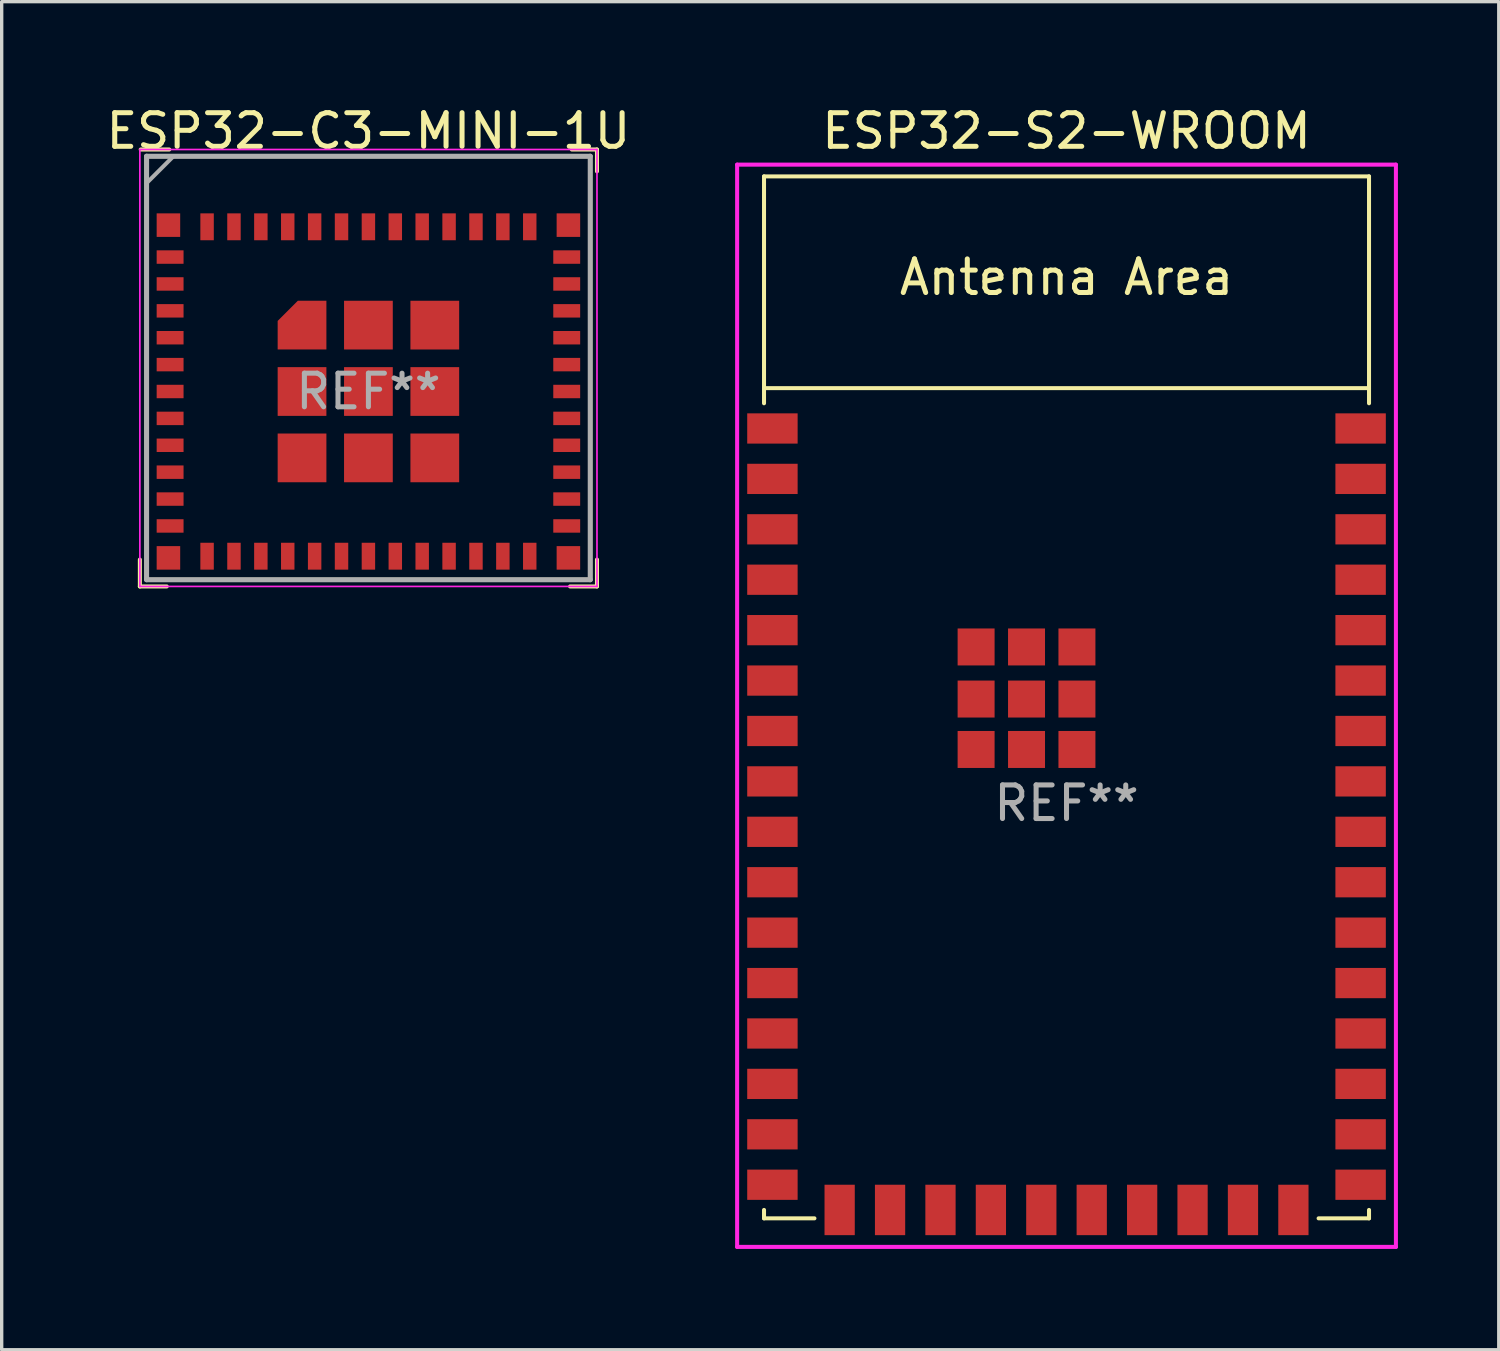
<source format=kicad_pcb>
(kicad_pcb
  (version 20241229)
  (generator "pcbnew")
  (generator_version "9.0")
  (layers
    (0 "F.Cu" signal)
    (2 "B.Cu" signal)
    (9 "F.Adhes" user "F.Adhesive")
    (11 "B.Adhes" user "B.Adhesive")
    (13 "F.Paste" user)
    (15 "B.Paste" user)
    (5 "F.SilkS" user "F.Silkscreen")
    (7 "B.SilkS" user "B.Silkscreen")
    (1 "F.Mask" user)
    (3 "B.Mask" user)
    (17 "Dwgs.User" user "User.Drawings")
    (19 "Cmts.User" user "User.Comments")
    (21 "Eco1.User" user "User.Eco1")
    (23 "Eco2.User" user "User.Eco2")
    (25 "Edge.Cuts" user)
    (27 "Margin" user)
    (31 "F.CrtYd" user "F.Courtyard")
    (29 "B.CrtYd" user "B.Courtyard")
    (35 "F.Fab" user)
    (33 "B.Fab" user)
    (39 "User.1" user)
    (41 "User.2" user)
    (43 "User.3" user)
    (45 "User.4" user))
  (footprint "ESP32-S2-WROOM"
    (layer "F.Cu")
    (at 28.681 20.848)
    (property "Reference" "ESP32-S2-WROOM" (at 0 -20 0) (layer "F.SilkS") (effects (font (size 1 1) (thickness 0.15))))
    (attr smd)
    (fp_line (start -9 -18.65) (end -9 -11.9) (stroke (width 0.12) (type solid)) (layer "F.SilkS"))
    (fp_line (start -9 -18.65) (end 9 -18.65) (stroke (width 0.12) (type solid)) (layer "F.SilkS"))
    (fp_line (start -9 12.1) (end -9 12.35) (stroke (width 0.12) (type solid)) (layer "F.SilkS"))
    (fp_line (start -9 12.35) (end -7.5 12.35) (stroke (width 0.12) (type solid)) (layer "F.SilkS"))
    (fp_line (start 9 -12.35) (end -9 -12.35) (stroke (width 0.12) (type solid)) (layer "F.SilkS"))
    (fp_line (start 9 -11.9) (end 9 -18.65) (stroke (width 0.12) (type solid)) (layer "F.SilkS"))
    (fp_line (start 9 12.1) (end 9 12.35) (stroke (width 0.12) (type solid)) (layer "F.SilkS"))
    (fp_line (start 9 12.35) (end 7.5 12.35) (stroke (width 0.12) (type solid)) (layer "F.SilkS"))
    (fp_line (start -9 -18.65) (end 9 -18.65) (stroke (width 0.12) (type solid)) (layer "Eco2.User"))
    (fp_line (start -9 -12.35) (end 9 -12.35) (stroke (width 0.12) (type solid)) (layer "Eco2.User"))
    (fp_line (start -9 12.35) (end -9 -18.65) (stroke (width 0.12) (type solid)) (layer "Eco2.User"))
    (fp_line (start 9 -18.65) (end 9 12.35) (stroke (width 0.12) (type solid)) (layer "Eco2.User"))
    (fp_line (start 9 12.35) (end -9 12.35) (stroke (width 0.12) (type solid)) (layer "Eco2.User"))
    (fp_line (start -9.8 -19) (end -9.8 13.2) (stroke (width 0.12) (type solid)) (layer "F.CrtYd"))
    (fp_line (start 9.8 -19) (end -9.8 -19) (stroke (width 0.12) (type solid)) (layer "F.CrtYd"))
    (fp_line (start 9.8 13.2) (end -9.8 13.2) (stroke (width 0.12) (type solid)) (layer "F.CrtYd"))
    (fp_line (start 9.8 13.2) (end 9.8 -19) (stroke (width 0.12) (type solid)) (layer "F.CrtYd"))
    (fp_text user "Antenna Area" (at 0 -15.65 0) (layer "F.SilkS") (effects (font (size 1 1) (thickness 0.15))))
    (fp_text user "Antenna Area" (at 0 -15.65 0) (layer "Eco2.User") (effects (font (size 1 1) (thickness 0.15))))
    (fp_text user "REF**" (at 0 0 0) (layer "F.Fab") (effects (font (size 1 1) (thickness 0.15))))
    (pad "1" smd rect (at -8.75 -11.15) (size 1.5 0.9) (layers "F.Cu" "F.Mask" "F.Paste"))
    (pad "2" smd rect (at -8.75 -9.65) (size 1.5 0.9) (layers "F.Cu" "F.Mask" "F.Paste"))
    (pad "3" smd rect (at -8.75 -8.15) (size 1.5 0.9) (layers "F.Cu" "F.Mask" "F.Paste"))
    (pad "4" smd rect (at -8.75 -6.65) (size 1.5 0.9) (layers "F.Cu" "F.Mask" "F.Paste"))
    (pad "5" smd rect (at -8.75 -5.15) (size 1.5 0.9) (layers "F.Cu" "F.Mask" "F.Paste"))
    (pad "6" smd rect (at -8.75 -3.65) (size 1.5 0.9) (layers "F.Cu" "F.Mask" "F.Paste"))
    (pad "7" smd rect (at -8.75 -2.15) (size 1.5 0.9) (layers "F.Cu" "F.Mask" "F.Paste"))
    (pad "8" smd rect (at -8.75 -0.65) (size 1.5 0.9) (layers "F.Cu" "F.Mask" "F.Paste"))
    (pad "9" smd rect (at -8.75 0.85) (size 1.5 0.9) (layers "F.Cu" "F.Mask" "F.Paste"))
    (pad "10" smd rect (at -8.75 2.35) (size 1.5 0.9) (layers "F.Cu" "F.Mask" "F.Paste"))
    (pad "11" smd rect (at -8.75 3.85) (size 1.5 0.9) (layers "F.Cu" "F.Mask" "F.Paste"))
    (pad "12" smd rect (at -8.75 5.35) (size 1.5 0.9) (layers "F.Cu" "F.Mask" "F.Paste"))
    (pad "13" smd rect (at -8.75 6.85) (size 1.5 0.9) (layers "F.Cu" "F.Mask" "F.Paste"))
    (pad "14" smd rect (at -8.75 8.35) (size 1.5 0.9) (layers "F.Cu" "F.Mask" "F.Paste"))
    (pad "15" smd rect (at -8.75 9.85) (size 1.5 0.9) (layers "F.Cu" "F.Mask" "F.Paste"))
    (pad "16" smd rect (at -8.75 11.35) (size 1.5 0.9) (layers "F.Cu" "F.Mask" "F.Paste"))
    (pad "17" smd rect (at -6.75 12.1 90) (size 1.5 0.9) (layers "F.Cu" "F.Mask" "F.Paste"))
    (pad "18" smd rect (at -5.25 12.1 90) (size 1.5 0.9) (layers "F.Cu" "F.Mask" "F.Paste"))
    (pad "19" smd rect (at -3.75 12.1 90) (size 1.5 0.9) (layers "F.Cu" "F.Mask" "F.Paste"))
    (pad "20" smd rect (at -2.25 12.1 90) (size 1.5 0.9) (layers "F.Cu" "F.Mask" "F.Paste"))
    (pad "21" smd rect (at -0.75 12.1 90) (size 1.5 0.9) (layers "F.Cu" "F.Mask" "F.Paste"))
    (pad "22" smd rect (at 0.75 12.1 90) (size 1.5 0.9) (layers "F.Cu" "F.Mask" "F.Paste"))
    (pad "23" smd rect (at 2.25 12.1 90) (size 1.5 0.9) (layers "F.Cu" "F.Mask" "F.Paste"))
    (pad "24" smd rect (at 3.75 12.1 90) (size 1.5 0.9) (layers "F.Cu" "F.Mask" "F.Paste"))
    (pad "25" smd rect (at 5.25 12.1 90) (size 1.5 0.9) (layers "F.Cu" "F.Mask" "F.Paste"))
    (pad "26" smd rect (at 6.75 12.1 90) (size 1.5 0.9) (layers "F.Cu" "F.Mask" "F.Paste"))
    (pad "27" smd rect (at 8.75 11.35 180) (size 1.5 0.9) (layers "F.Cu" "F.Mask" "F.Paste"))
    (pad "28" smd rect (at 8.75 9.85 180) (size 1.5 0.9) (layers "F.Cu" "F.Mask" "F.Paste"))
    (pad "29" smd rect (at 8.75 8.35 180) (size 1.5 0.9) (layers "F.Cu" "F.Mask" "F.Paste"))
    (pad "30" smd rect (at 8.75 6.85 180) (size 1.5 0.9) (layers "F.Cu" "F.Mask" "F.Paste"))
    (pad "31" smd rect (at 8.75 5.35 180) (size 1.5 0.9) (layers "F.Cu" "F.Mask" "F.Paste"))
    (pad "32" smd rect (at 8.75 3.85 180) (size 1.5 0.9) (layers "F.Cu" "F.Mask" "F.Paste"))
    (pad "33" smd rect (at 8.75 2.35 180) (size 1.5 0.9) (layers "F.Cu" "F.Mask" "F.Paste"))
    (pad "34" smd rect (at 8.75 0.85 180) (size 1.5 0.9) (layers "F.Cu" "F.Mask" "F.Paste"))
    (pad "35" smd rect (at 8.75 -0.65 180) (size 1.5 0.9) (layers "F.Cu" "F.Mask" "F.Paste"))
    (pad "36" smd rect (at 8.75 -2.15 180) (size 1.5 0.9) (layers "F.Cu" "F.Mask" "F.Paste"))
    (pad "37" smd rect (at 8.75 -3.65 180) (size 1.5 0.9) (layers "F.Cu" "F.Mask" "F.Paste"))
    (pad "38" smd rect (at 8.75 -5.15 180) (size 1.5 0.9) (layers "F.Cu" "F.Mask" "F.Paste"))
    (pad "39" smd rect (at 8.75 -6.65 180) (size 1.5 0.9) (layers "F.Cu" "F.Mask" "F.Paste"))
    (pad "40" smd rect (at 8.75 -8.15 180) (size 1.5 0.9) (layers "F.Cu" "F.Mask" "F.Paste"))
    (pad "41" smd rect (at 8.75 -9.65 180) (size 1.5 0.9) (layers "F.Cu" "F.Mask" "F.Paste"))
    (pad "42" smd rect (at 8.75 -11.15 180) (size 1.5 0.9) (layers "F.Cu" "F.Mask" "F.Paste"))
    (pad "43" smd rect (at -2.69 -4.65 180) (size 1.1 1.1) (layers "F.Cu" "F.Mask" "F.Paste"))
    (pad "43" smd rect (at -2.69 -3.1 180) (size 1.1 1.1) (layers "F.Cu" "F.Mask" "F.Paste"))
    (pad "43" smd rect (at -2.69 -1.6 180) (size 1.1 1.1) (layers "F.Cu" "F.Mask" "F.Paste"))
    (pad "43" smd rect (at -1.19 -4.65 180) (size 1.1 1.1) (layers "F.Cu" "F.Mask" "F.Paste"))
    (pad "43" smd rect (at -1.19 -3.1 180) (size 1.1 1.1) (layers "F.Cu" "F.Mask" "F.Paste"))
    (pad "43" smd rect (at -1.19 -1.6 180) (size 1.1 1.1) (layers "F.Cu" "F.Mask" "F.Paste"))
    (pad "43" smd rect (at 0.31 -4.65 180) (size 1.1 1.1) (layers "F.Cu" "F.Mask" "F.Paste"))
    (pad "43" smd rect (at 0.31 -3.1 180) (size 1.1 1.1) (layers "F.Cu" "F.Mask" "F.Paste"))
    (pad "43" smd rect (at 0.31 -1.6 180) (size 1.1 1.1) (layers "F.Cu" "F.Mask" "F.Paste")))
  (footprint "ESP32-C3-MINI-1U"
    (layer "F.Cu")
    (at 7.911 8.598)
    (property "Reference" "ESP32-C3-MINI-1U" (at 0 -7.75 0) (layer "F.SilkS") (effects (font (size 1 1) (thickness 0.15))))
    (attr smd)
    (fp_line (start -6.8 5) (end -6.8 5.8) (stroke (width 0.12) (type solid)) (layer "F.SilkS"))
    (fp_line (start -6.8 5.8) (end -6 5.8) (stroke (width 0.12) (type solid)) (layer "F.SilkS"))
    (fp_line (start -6.6 -7) (end 6.6 -7) (stroke (width 0.12) (type solid)) (layer "F.SilkS"))
    (fp_line (start -6.6 5.6) (end -6.6 -7) (stroke (width 0.12) (type solid)) (layer "F.SilkS"))
    (fp_line (start -5.925 -7.2) (end -6.775 -7.2) (stroke (width 0.12) (type solid)) (layer "F.SilkS"))
    (fp_line (start 6.05 -7.2) (end 6.8 -7.2) (stroke (width 0.12) (type solid)) (layer "F.SilkS"))
    (fp_line (start 6.6 -7) (end 6.6 5.6) (stroke (width 0.12) (type solid)) (layer "F.SilkS"))
    (fp_line (start 6.6 5.6) (end -6.6 5.6) (stroke (width 0.12) (type solid)) (layer "F.SilkS"))
    (fp_line (start 6.8 -7.2) (end 6.8 -6.55) (stroke (width 0.12) (type solid)) (layer "F.SilkS"))
    (fp_line (start 6.8 5) (end 6.8 5.8) (stroke (width 0.12) (type solid)) (layer "F.SilkS"))
    (fp_line (start 6.8 5.8) (end 6 5.8) (stroke (width 0.12) (type solid)) (layer "F.SilkS"))
    (fp_line (start -6.8 -7.2) (end 6.8 -7.2) (stroke (width 0.05) (type solid)) (layer "F.CrtYd"))
    (fp_line (start -6.8 5.8) (end -6.8 -7.2) (stroke (width 0.05) (type solid)) (layer "F.CrtYd"))
    (fp_line (start 6.8 -7.2) (end 6.8 5.8) (stroke (width 0.05) (type solid)) (layer "F.CrtYd"))
    (fp_line (start 6.8 5.8) (end -6.8 5.8) (stroke (width 0.05) (type solid)) (layer "F.CrtYd"))
    (fp_line (start -6.6 -7) (end -6.6 5.6) (stroke (width 0.15) (type solid)) (layer "F.Fab"))
    (fp_line (start -6.6 5.6) (end 6.6 5.6) (stroke (width 0.15) (type solid)) (layer "F.Fab"))
    (fp_line (start -5.8 -7) (end -6.6 -6.2) (stroke (width 0.12) (type solid)) (layer "F.Fab"))
    (fp_line (start 6.6 -7) (end -6.6 -7) (stroke (width 0.12) (type solid)) (layer "F.Fab"))
    (fp_line (start 6.6 -7) (end -6.6 -7) (stroke (width 0.15) (type solid)) (layer "F.Fab"))
    (fp_line (start 6.6 5.6) (end 6.6 -7) (stroke (width 0.15) (type solid)) (layer "F.Fab"))
    (fp_text user "REF**" (at 0 0 0) (layer "F.Fab") (effects (font (size 1 1) (thickness 0.15))))
    (pad "1" smd rect (at -5.9 -4 90) (size 0.4 0.8) (layers "F.Cu" "F.Mask" "F.Paste"))
    (pad "2" smd rect (at -5.9 -3.2 90) (size 0.4 0.8) (layers "F.Cu" "F.Mask" "F.Paste"))
    (pad "3" smd rect (at -5.9 -2.4 90) (size 0.4 0.8) (layers "F.Cu" "F.Mask" "F.Paste"))
    (pad "4" smd rect (at -5.9 -1.6 90) (size 0.4 0.8) (layers "F.Cu" "F.Mask" "F.Paste"))
    (pad "5" smd rect (at -5.9 -0.8 90) (size 0.4 0.8) (layers "F.Cu" "F.Mask" "F.Paste"))
    (pad "6" smd rect (at -5.9 0 90) (size 0.4 0.8) (layers "F.Cu" "F.Mask" "F.Paste"))
    (pad "7" smd rect (at -5.9 0.8 90) (size 0.4 0.8) (layers "F.Cu" "F.Mask" "F.Paste"))
    (pad "8" smd rect (at -5.9 1.6 90) (size 0.4 0.8) (layers "F.Cu" "F.Mask" "F.Paste"))
    (pad "9" smd rect (at -5.9 2.4 90) (size 0.4 0.8) (layers "F.Cu" "F.Mask" "F.Paste"))
    (pad "10" smd rect (at -5.9 3.2 90) (size 0.4 0.8) (layers "F.Cu" "F.Mask" "F.Paste"))
    (pad "11" smd rect (at -5.9 4 90) (size 0.4 0.8) (layers "F.Cu" "F.Mask" "F.Paste"))
    (pad "12" smd rect (at -4.8 4.9) (size 0.4 0.8) (layers "F.Cu" "F.Mask" "F.Paste"))
    (pad "13" smd rect (at -4 4.9) (size 0.4 0.8) (layers "F.Cu" "F.Mask" "F.Paste"))
    (pad "14" smd rect (at -3.2 4.9) (size 0.4 0.8) (layers "F.Cu" "F.Mask" "F.Paste"))
    (pad "15" smd rect (at -2.4 4.9) (size 0.4 0.8) (layers "F.Cu" "F.Mask" "F.Paste"))
    (pad "16" smd rect (at -1.6 4.9) (size 0.4 0.8) (layers "F.Cu" "F.Mask" "F.Paste"))
    (pad "17" smd rect (at -0.8 4.9) (size 0.4 0.8) (layers "F.Cu" "F.Mask" "F.Paste"))
    (pad "18" smd rect (at 0 4.9) (size 0.4 0.8) (layers "F.Cu" "F.Mask" "F.Paste"))
    (pad "19" smd rect (at 0.8 4.9) (size 0.4 0.8) (layers "F.Cu" "F.Mask" "F.Paste"))
    (pad "20" smd rect (at 1.6 4.9) (size 0.4 0.8) (layers "F.Cu" "F.Mask" "F.Paste"))
    (pad "21" smd rect (at 2.4 4.9) (size 0.4 0.8) (layers "F.Cu" "F.Mask" "F.Paste"))
    (pad "22" smd rect (at 3.2 4.9) (size 0.4 0.8) (layers "F.Cu" "F.Mask" "F.Paste"))
    (pad "23" smd rect (at 4 4.9) (size 0.4 0.8) (layers "F.Cu" "F.Mask" "F.Paste"))
    (pad "24" smd rect (at 4.8 4.9) (size 0.4 0.8) (layers "F.Cu" "F.Mask" "F.Paste"))
    (pad "25" smd rect (at 5.9 4 90) (size 0.4 0.8) (layers "F.Cu" "F.Mask" "F.Paste"))
    (pad "26" smd rect (at 5.9 3.2 90) (size 0.4 0.8) (layers "F.Cu" "F.Mask" "F.Paste"))
    (pad "27" smd rect (at 5.9 2.4 90) (size 0.4 0.8) (layers "F.Cu" "F.Mask" "F.Paste"))
    (pad "28" smd rect (at 5.9 1.6 90) (size 0.4 0.8) (layers "F.Cu" "F.Mask" "F.Paste"))
    (pad "29" smd rect (at 5.9 0.8 90) (size 0.4 0.8) (layers "F.Cu" "F.Mask" "F.Paste"))
    (pad "30" smd rect (at 5.9 0 90) (size 0.4 0.8) (layers "F.Cu" "F.Mask" "F.Paste"))
    (pad "31" smd rect (at 5.9 -0.8 90) (size 0.4 0.8) (layers "F.Cu" "F.Mask" "F.Paste"))
    (pad "32" smd rect (at 5.9 -1.6 90) (size 0.4 0.8) (layers "F.Cu" "F.Mask" "F.Paste"))
    (pad "33" smd rect (at 5.9 -2.4 90) (size 0.4 0.8) (layers "F.Cu" "F.Mask" "F.Paste"))
    (pad "34" smd rect (at 5.9 -3.2 90) (size 0.4 0.8) (layers "F.Cu" "F.Mask" "F.Paste"))
    (pad "35" smd rect (at 5.9 -4 90) (size 0.4 0.8) (layers "F.Cu" "F.Mask" "F.Paste"))
    (pad "36" smd rect (at -5.95 -4.95 90) (size 0.7 0.7) (layers "F.Cu" "F.Mask" "F.Paste"))
    (pad "36" smd rect (at -5.95 4.95 90) (size 0.7 0.7) (layers "F.Cu" "F.Mask" "F.Paste"))
    (pad "36" smd rect (at -4.8 -4.9) (size 0.4 0.8) (layers "F.Cu" "F.Mask" "F.Paste"))
    (pad "36" smd rect (at -4 -4.9) (size 0.4 0.8) (layers "F.Cu" "F.Mask" "F.Paste"))
    (pad "36" smd rect (at -3.2 -4.9) (size 0.4 0.8) (layers "F.Cu" "F.Mask" "F.Paste"))
    (pad "36" smd rect (at -2.4 -4.9) (size 0.4 0.8) (layers "F.Cu" "F.Mask" "F.Paste"))
    (pad "36" smd custom (at -1.975 -1.975) (size 0.8 0.8) (layers "F.Cu" "F.Mask" "F.Paste") (options (anchor rect)) (primitives (gr_poly (pts (xy 0.725 0.725) (xy -0.725 0.725) (xy -0.725 -0.125) (xy -0.125 -0.725) (xy 0.725 -0.725)) (width 0) (fill yes))))
    (pad "36" smd rect (at -1.975 0 90) (size 1.45 1.45) (layers "F.Cu" "F.Mask" "F.Paste"))
    (pad "36" smd rect (at -1.975 1.975 90) (size 1.45 1.45) (layers "F.Cu" "F.Mask" "F.Paste"))
    (pad "36" smd rect (at -1.6 -4.9) (size 0.4 0.8) (layers "F.Cu" "F.Mask" "F.Paste"))
    (pad "36" smd rect (at -0.8 -4.9) (size 0.4 0.8) (layers "F.Cu" "F.Mask" "F.Paste"))
    (pad "36" smd rect (at 0 -4.9) (size 0.4 0.8) (layers "F.Cu" "F.Mask" "F.Paste"))
    (pad "36" smd rect (at 0 -1.975 90) (size 1.45 1.45) (layers "F.Cu" "F.Mask" "F.Paste"))
    (pad "36" smd rect (at 0 0 90) (size 1.45 1.45) (layers "F.Cu" "F.Mask" "F.Paste"))
    (pad "36" smd rect (at 0 1.975 90) (size 1.45 1.45) (layers "F.Cu" "F.Mask" "F.Paste"))
    (pad "36" smd rect (at 0.8 -4.9) (size 0.4 0.8) (layers "F.Cu" "F.Mask" "F.Paste"))
    (pad "36" smd rect (at 1.6 -4.9) (size 0.4 0.8) (layers "F.Cu" "F.Mask" "F.Paste"))
    (pad "36" smd rect (at 1.975 -1.975 90) (size 1.45 1.45) (layers "F.Cu" "F.Mask" "F.Paste"))
    (pad "36" smd rect (at 1.975 0 90) (size 1.45 1.45) (layers "F.Cu" "F.Mask" "F.Paste"))
    (pad "36" smd rect (at 1.975 1.975 90) (size 1.45 1.45) (layers "F.Cu" "F.Mask" "F.Paste"))
    (pad "36" smd rect (at 2.4 -4.9) (size 0.4 0.8) (layers "F.Cu" "F.Mask" "F.Paste"))
    (pad "36" smd rect (at 3.2 -4.9) (size 0.4 0.8) (layers "F.Cu" "F.Mask" "F.Paste"))
    (pad "36" smd rect (at 4 -4.9) (size 0.4 0.8) (layers "F.Cu" "F.Mask" "F.Paste"))
    (pad "36" smd rect (at 4.8 -4.9) (size 0.4 0.8) (layers "F.Cu" "F.Mask" "F.Paste"))
    (pad "36" smd rect (at 5.95 -4.95 90) (size 0.7 0.7) (layers "F.Cu" "F.Mask" "F.Paste"))
    (pad "36" smd rect (at 5.95 4.95 90) (size 0.7 0.7) (layers "F.Cu" "F.Mask" "F.Paste")))
  (gr_rect
    (start -3 -3)
    (end 41.541 37.108)
    (stroke (width 0.1) (type default))
    (fill no)
    (layer "Edge.Cuts")))
</source>
